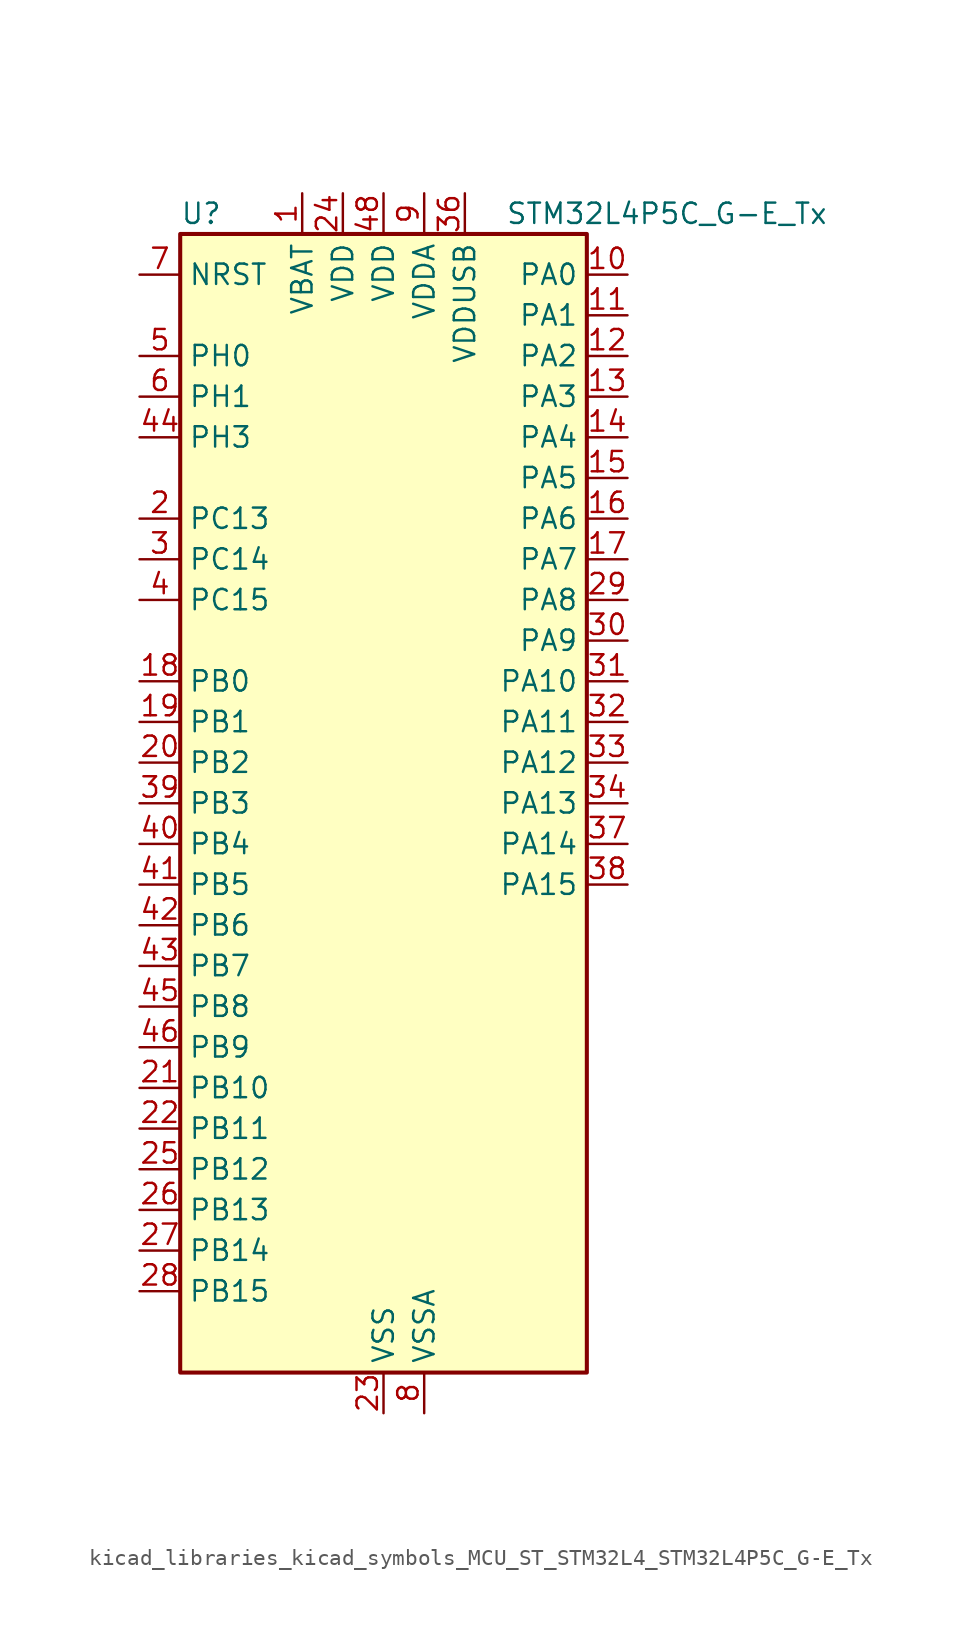
<source format=kicad_sym>
(kicad_symbol_lib
  (version 20220914)
  (generator kicad_symbol_editor)
  (symbol "kicad_libraries_kicad_symbols_MCU_ST_STM32L4_STM32L4P5C_G-E_Tx"
    (property "Reference" "U"
      (at -12.7 36.83 0)
      (effects (font (size 1.27 1.27)) (justify left)))
    (property "Value" "STM32L4P5C_G-E_Tx"
      (at 7.62 36.83 0)
      (effects (font (size 1.27 1.27)) (justify left)))
    (property "ki_locked" ""
      (at 0 0 0)
      (effects (font (size 1.27 1.27))))
    (symbol "kicad_libraries_kicad_symbols_MCU_ST_STM32L4_STM32L4P5C_G-E_Tx_0_1"
      (rectangle (start -12.7 -35.56) (end 12.7 35.56) (stroke (width 0.254) (type default)) (fill (type background))))
    (symbol "kicad_libraries_kicad_symbols_MCU_ST_STM32L4_STM32L4P5C_G-E_Tx_1_1"
      (pin power_in line (at -5.08 38.1 270) (length 2.54) (name "VBAT" (effects (font (size 1.27 1.27)))) (number "1" (effects (font (size 1.27 1.27)))))
      (pin bidirectional line (at 15.24 33.02 180) (length 2.54) (name "PA0" (effects (font (size 1.27 1.27)))) (number "10" (effects (font (size 1.27 1.27)))) (alternate "ADC1_IN5" bidirectional line) (alternate "ADC2_IN5" bidirectional line) (alternate "OPAMP1_VINP" bidirectional line) (alternate "RTC_TAMP2" bidirectional line) (alternate "SAI1_EXTCLK" bidirectional line) (alternate "SYS_WKUP1" bidirectional line) (alternate "TIM2_CH1" bidirectional line) (alternate "TIM2_ETR" bidirectional line) (alternate "TIM5_CH1" bidirectional line) (alternate "TIM8_ETR" bidirectional line) (alternate "UART4_TX" bidirectional line) (alternate "USART2_CTS" bidirectional line) (alternate "USART2_NSS" bidirectional line))
      (pin bidirectional line (at 15.24 30.48 180) (length 2.54) (name "PA1" (effects (font (size 1.27 1.27)))) (number "11" (effects (font (size 1.27 1.27)))) (alternate "ADC1_IN6" bidirectional line) (alternate "ADC2_IN6" bidirectional line) (alternate "I2C1_SMBA" bidirectional line) (alternate "OCTOSPIM_P1_DQS" bidirectional line) (alternate "OPAMP1_VINM" bidirectional line) (alternate "SDMMC2_CMD" bidirectional line) (alternate "SPI1_SCK" bidirectional line) (alternate "TIM15_CH1N" bidirectional line) (alternate "TIM2_CH2" bidirectional line) (alternate "TIM5_CH2" bidirectional line) (alternate "UART4_RX" bidirectional line) (alternate "USART2_DE" bidirectional line) (alternate "USART2_RTS" bidirectional line))
      (pin bidirectional line (at 15.24 27.94 180) (length 2.54) (name "PA2" (effects (font (size 1.27 1.27)))) (number "12" (effects (font (size 1.27 1.27)))) (alternate "ADC1_IN7" bidirectional line) (alternate "ADC2_IN7" bidirectional line) (alternate "LPUART1_TX" bidirectional line) (alternate "OCTOSPIM_P1_NCS" bidirectional line) (alternate "RCC_LSCO" bidirectional line) (alternate "SAI2_EXTCLK" bidirectional line) (alternate "SYS_WKUP4" bidirectional line) (alternate "TIM15_CH1" bidirectional line) (alternate "TIM2_CH3" bidirectional line) (alternate "TIM5_CH3" bidirectional line) (alternate "USART2_TX" bidirectional line))
      (pin bidirectional line (at 15.24 25.4 180) (length 2.54) (name "PA3" (effects (font (size 1.27 1.27)))) (number "13" (effects (font (size 1.27 1.27)))) (alternate "ADC1_IN8" bidirectional line) (alternate "ADC2_IN8" bidirectional line) (alternate "LPUART1_RX" bidirectional line) (alternate "OCTOSPIM_P1_CLK" bidirectional line) (alternate "OPAMP1_VOUT" bidirectional line) (alternate "SAI1_CK1" bidirectional line) (alternate "SAI1_MCLK_A" bidirectional line) (alternate "TIM15_CH2" bidirectional line) (alternate "TIM2_CH4" bidirectional line) (alternate "TIM5_CH4" bidirectional line) (alternate "USART2_RX" bidirectional line))
      (pin bidirectional line (at 15.24 22.86 180) (length 2.54) (name "PA4" (effects (font (size 1.27 1.27)))) (number "14" (effects (font (size 1.27 1.27)))) (alternate "ADC1_IN9" bidirectional line) (alternate "ADC2_IN9" bidirectional line) (alternate "DAC1_OUT1" bidirectional line) (alternate "LPTIM2_OUT" bidirectional line) (alternate "LTDC_CLK" bidirectional line) (alternate "OCTOSPIM_P1_NCS" bidirectional line) (alternate "SAI1_FS_B" bidirectional line) (alternate "SPI1_NSS" bidirectional line) (alternate "SPI3_NSS" bidirectional line) (alternate "USART2_CK" bidirectional line))
      (pin bidirectional line (at 15.24 20.32 180) (length 2.54) (name "PA5" (effects (font (size 1.27 1.27)))) (number "15" (effects (font (size 1.27 1.27)))) (alternate "ADC1_IN10" bidirectional line) (alternate "ADC2_IN10" bidirectional line) (alternate "DAC1_OUT2" bidirectional line) (alternate "LPTIM2_ETR" bidirectional line) (alternate "LTDC_R7" bidirectional line) (alternate "SPI1_SCK" bidirectional line) (alternate "TIM2_CH1" bidirectional line) (alternate "TIM2_ETR" bidirectional line) (alternate "TIM8_CH1N" bidirectional line))
      (pin bidirectional line (at 15.24 17.78 180) (length 2.54) (name "PA6" (effects (font (size 1.27 1.27)))) (number "16" (effects (font (size 1.27 1.27)))) (alternate "ADC1_IN11" bidirectional line) (alternate "ADC2_IN11" bidirectional line) (alternate "LPUART1_CTS" bidirectional line) (alternate "OCTOSPIM_P1_IO3" bidirectional line) (alternate "OPAMP2_VINP" bidirectional line) (alternate "SPI1_MISO" bidirectional line) (alternate "TIM16_CH1" bidirectional line) (alternate "TIM1_BKIN" bidirectional line) (alternate "TIM3_CH1" bidirectional line) (alternate "TIM8_BKIN" bidirectional line) (alternate "USART3_CTS" bidirectional line) (alternate "USART3_NSS" bidirectional line))
      (pin bidirectional line (at 15.24 15.24 180) (length 2.54) (name "PA7" (effects (font (size 1.27 1.27)))) (number "17" (effects (font (size 1.27 1.27)))) (alternate "ADC1_IN12" bidirectional line) (alternate "ADC2_IN12" bidirectional line) (alternate "I2C3_SCL" bidirectional line) (alternate "OCTOSPIM_P1_IO2" bidirectional line) (alternate "OPAMP2_VINM" bidirectional line) (alternate "SPI1_MOSI" bidirectional line) (alternate "TIM17_CH1" bidirectional line) (alternate "TIM1_CH1N" bidirectional line) (alternate "TIM3_CH2" bidirectional line) (alternate "TIM8_CH1N" bidirectional line))
      (pin bidirectional line (at -15.24 7.62 0) (length 2.54) (name "PB0" (effects (font (size 1.27 1.27)))) (number "18" (effects (font (size 1.27 1.27)))) (alternate "ADC1_IN15" bidirectional line) (alternate "ADC2_IN15" bidirectional line) (alternate "COMP1_OUT" bidirectional line) (alternate "LTDC_B6" bidirectional line) (alternate "OCTOSPIM_P1_IO1" bidirectional line) (alternate "OPAMP2_VOUT" bidirectional line) (alternate "SAI1_EXTCLK" bidirectional line) (alternate "SPI1_NSS" bidirectional line) (alternate "TIM1_CH2N" bidirectional line) (alternate "TIM3_CH3" bidirectional line) (alternate "TIM8_CH2N" bidirectional line) (alternate "USART3_CK" bidirectional line))
      (pin bidirectional line (at -15.24 5.08 0) (length 2.54) (name "PB1" (effects (font (size 1.27 1.27)))) (number "19" (effects (font (size 1.27 1.27)))) (alternate "ADC1_IN16" bidirectional line) (alternate "ADC2_IN16" bidirectional line) (alternate "COMP1_INM" bidirectional line) (alternate "DFSDM1_DATIN0" bidirectional line) (alternate "LPTIM2_IN1" bidirectional line) (alternate "LPUART1_DE" bidirectional line) (alternate "LPUART1_RTS" bidirectional line) (alternate "LTDC_G6" bidirectional line) (alternate "OCTOSPIM_P1_IO0" bidirectional line) (alternate "TIM1_CH3N" bidirectional line) (alternate "TIM3_CH4" bidirectional line) (alternate "TIM8_CH3N" bidirectional line) (alternate "USART3_DE" bidirectional line) (alternate "USART3_RTS" bidirectional line))
      (pin bidirectional line (at -15.24 17.78 0) (length 2.54) (name "PC13" (effects (font (size 1.27 1.27)))) (number "2" (effects (font (size 1.27 1.27)))) (alternate "RTC_OUT1" bidirectional line) (alternate "RTC_TAMP1" bidirectional line) (alternate "RTC_TS" bidirectional line) (alternate "SYS_WKUP2" bidirectional line))
      (pin bidirectional line (at -15.24 2.54 0) (length 2.54) (name "PB2" (effects (font (size 1.27 1.27)))) (number "20" (effects (font (size 1.27 1.27)))) (alternate "COMP1_INP" bidirectional line) (alternate "DFSDM1_CKIN0" bidirectional line) (alternate "I2C3_SMBA" bidirectional line) (alternate "LPTIM1_OUT" bidirectional line) (alternate "OCTOSPIM_P1_DQS" bidirectional line) (alternate "RTC_OUT2" bidirectional line))
      (pin bidirectional line (at -15.24 -17.78 0) (length 2.54) (name "PB10" (effects (font (size 1.27 1.27)))) (number "21" (effects (font (size 1.27 1.27)))) (alternate "COMP1_OUT" bidirectional line) (alternate "I2C2_SCL" bidirectional line) (alternate "I2C4_SCL" bidirectional line) (alternate "LPUART1_RX" bidirectional line) (alternate "OCTOSPIM_P1_CLK" bidirectional line) (alternate "OCTOSPIM_P1_IO3" bidirectional line) (alternate "SAI1_SCK_A" bidirectional line) (alternate "SPI2_SCK" bidirectional line) (alternate "TIM2_CH3" bidirectional line) (alternate "TSC_SYNC" bidirectional line) (alternate "USART3_TX" bidirectional line))
      (pin bidirectional line (at -15.24 -20.32 0) (length 2.54) (name "PB11" (effects (font (size 1.27 1.27)))) (number "22" (effects (font (size 1.27 1.27)))) (alternate "ADC1_EXTI11" bidirectional line) (alternate "ADC2_EXTI11" bidirectional line) (alternate "COMP2_OUT" bidirectional line) (alternate "I2C2_SDA" bidirectional line) (alternate "I2C4_SDA" bidirectional line) (alternate "LPUART1_TX" bidirectional line) (alternate "LTDC_VSYNC" bidirectional line) (alternate "OCTOSPIM_P1_NCS" bidirectional line) (alternate "TIM2_CH4" bidirectional line) (alternate "USART3_RX" bidirectional line))
      (pin power_in line (at 0 -38.1 90) (length 2.54) (name "VSS" (effects (font (size 1.27 1.27)))) (number "23" (effects (font (size 1.27 1.27)))))
      (pin power_in line (at -2.54 38.1 270) (length 2.54) (name "VDD" (effects (font (size 1.27 1.27)))) (number "24" (effects (font (size 1.27 1.27)))))
      (pin bidirectional line (at -15.24 -22.86 0) (length 2.54) (name "PB12" (effects (font (size 1.27 1.27)))) (number "25" (effects (font (size 1.27 1.27)))) (alternate "DFSDM1_DATIN1" bidirectional line) (alternate "I2C2_SMBA" bidirectional line) (alternate "LPUART1_DE" bidirectional line) (alternate "LPUART1_RTS" bidirectional line) (alternate "OCTOSPIM_P1_NCLK" bidirectional line) (alternate "SAI2_FS_A" bidirectional line) (alternate "SDMMC2_CK" bidirectional line) (alternate "SPI2_NSS" bidirectional line) (alternate "TIM15_BKIN" bidirectional line) (alternate "TIM1_BKIN" bidirectional line) (alternate "TSC_G1_IO1" bidirectional line) (alternate "USART3_CK" bidirectional line))
      (pin bidirectional line (at -15.24 -25.4 0) (length 2.54) (name "PB13" (effects (font (size 1.27 1.27)))) (number "26" (effects (font (size 1.27 1.27)))) (alternate "DFSDM1_CKIN1" bidirectional line) (alternate "I2C2_SCL" bidirectional line) (alternate "LPUART1_CTS" bidirectional line) (alternate "OCTOSPIM_P1_IO1" bidirectional line) (alternate "SAI2_SCK_A" bidirectional line) (alternate "SPI2_SCK" bidirectional line) (alternate "TIM15_CH1N" bidirectional line) (alternate "TIM1_CH1N" bidirectional line) (alternate "TSC_G1_IO2" bidirectional line) (alternate "USART3_CTS" bidirectional line) (alternate "USART3_NSS" bidirectional line))
      (pin bidirectional line (at -15.24 -27.94 0) (length 2.54) (name "PB14" (effects (font (size 1.27 1.27)))) (number "27" (effects (font (size 1.27 1.27)))) (alternate "DFSDM1_DATIN2" bidirectional line) (alternate "I2C2_SDA" bidirectional line) (alternate "OCTOSPIM_P1_IO6" bidirectional line) (alternate "SAI2_MCLK_A" bidirectional line) (alternate "SDMMC2_D0" bidirectional line) (alternate "SPI2_MISO" bidirectional line) (alternate "TIM15_CH1" bidirectional line) (alternate "TIM1_CH2N" bidirectional line) (alternate "TIM8_CH2N" bidirectional line) (alternate "TSC_G1_IO3" bidirectional line) (alternate "USART3_DE" bidirectional line) (alternate "USART3_RTS" bidirectional line))
      (pin bidirectional line (at -15.24 -30.48 0) (length 2.54) (name "PB15" (effects (font (size 1.27 1.27)))) (number "28" (effects (font (size 1.27 1.27)))) (alternate "ADC1_EXTI15" bidirectional line) (alternate "ADC2_EXTI15" bidirectional line) (alternate "DFSDM1_CKIN2" bidirectional line) (alternate "OCTOSPIM_P1_IO7" bidirectional line) (alternate "RTC_REFIN" bidirectional line) (alternate "SAI2_SD_A" bidirectional line) (alternate "SDMMC2_D1" bidirectional line) (alternate "SPI2_MOSI" bidirectional line) (alternate "TIM15_CH2" bidirectional line) (alternate "TIM1_CH3N" bidirectional line) (alternate "TIM8_CH3N" bidirectional line) (alternate "TSC_G1_IO4" bidirectional line))
      (pin bidirectional line (at 15.24 12.7 180) (length 2.54) (name "PA8" (effects (font (size 1.27 1.27)))) (number "29" (effects (font (size 1.27 1.27)))) (alternate "LPTIM2_OUT" bidirectional line) (alternate "LTDC_B7" bidirectional line) (alternate "RCC_MCO" bidirectional line) (alternate "SAI1_CK2" bidirectional line) (alternate "SAI1_SCK_A" bidirectional line) (alternate "TIM1_CH1" bidirectional line) (alternate "USART1_CK" bidirectional line) (alternate "USB_OTG_FS_SOF" bidirectional line))
      (pin bidirectional line (at -15.24 15.24 0) (length 2.54) (name "PC14" (effects (font (size 1.27 1.27)))) (number "3" (effects (font (size 1.27 1.27)))) (alternate "RCC_OSC32_IN" bidirectional line))
      (pin bidirectional line (at 15.24 10.16 180) (length 2.54) (name "PA9" (effects (font (size 1.27 1.27)))) (number "30" (effects (font (size 1.27 1.27)))) (alternate "DAC1_EXTI9" bidirectional line) (alternate "LTDC_G7" bidirectional line) (alternate "SAI1_FS_A" bidirectional line) (alternate "SPI2_SCK" bidirectional line) (alternate "TIM15_BKIN" bidirectional line) (alternate "TIM1_CH2" bidirectional line) (alternate "USART1_TX" bidirectional line) (alternate "USB_OTG_FS_VBUS" bidirectional line))
      (pin bidirectional line (at 15.24 7.62 180) (length 2.54) (name "PA10" (effects (font (size 1.27 1.27)))) (number "31" (effects (font (size 1.27 1.27)))) (alternate "LTDC_G6" bidirectional line) (alternate "SAI1_D1" bidirectional line) (alternate "SAI1_SD_A" bidirectional line) (alternate "TIM17_BKIN" bidirectional line) (alternate "TIM1_CH3" bidirectional line) (alternate "USART1_RX" bidirectional line) (alternate "USB_OTG_FS_ID" bidirectional line))
      (pin bidirectional line (at 15.24 5.08 180) (length 2.54) (name "PA11" (effects (font (size 1.27 1.27)))) (number "32" (effects (font (size 1.27 1.27)))) (alternate "ADC1_EXTI11" bidirectional line) (alternate "ADC2_EXTI11" bidirectional line) (alternate "CAN1_RX" bidirectional line) (alternate "LTDC_DE" bidirectional line) (alternate "SPI1_MISO" bidirectional line) (alternate "TIM1_BKIN2" bidirectional line) (alternate "TIM1_CH4" bidirectional line) (alternate "USART1_CTS" bidirectional line) (alternate "USART1_NSS" bidirectional line) (alternate "USB_OTG_FS_DM" bidirectional line))
      (pin bidirectional line (at 15.24 2.54 180) (length 2.54) (name "PA12" (effects (font (size 1.27 1.27)))) (number "33" (effects (font (size 1.27 1.27)))) (alternate "CAN1_TX" bidirectional line) (alternate "LTDC_VSYNC" bidirectional line) (alternate "OCTOSPIM_P2_NCS" bidirectional line) (alternate "SPI1_MOSI" bidirectional line) (alternate "TIM1_ETR" bidirectional line) (alternate "USART1_DE" bidirectional line) (alternate "USART1_RTS" bidirectional line) (alternate "USB_OTG_FS_DP" bidirectional line))
      (pin bidirectional line (at 15.24 0 180) (length 2.54) (name "PA13" (effects (font (size 1.27 1.27)))) (number "34" (effects (font (size 1.27 1.27)))) (alternate "IR_OUT" bidirectional line) (alternate "SAI1_SD_B" bidirectional line) (alternate "SYS_JTMS-SWDIO" bidirectional line) (alternate "USB_OTG_FS_NOE" bidirectional line))
      (pin passive line (at 0 -38.1 90) (length 2.54) hide (name "VSS" (effects (font (size 1.27 1.27)))) (number "35" (effects (font (size 1.27 1.27)))))
      (pin power_in line (at 5.08 38.1 270) (length 2.54) (name "VDDUSB" (effects (font (size 1.27 1.27)))) (number "36" (effects (font (size 1.27 1.27)))))
      (pin bidirectional line (at 15.24 -2.54 180) (length 2.54) (name "PA14" (effects (font (size 1.27 1.27)))) (number "37" (effects (font (size 1.27 1.27)))) (alternate "I2C1_SMBA" bidirectional line) (alternate "I2C4_SMBA" bidirectional line) (alternate "LPTIM1_OUT" bidirectional line) (alternate "SAI1_FS_B" bidirectional line) (alternate "SYS_JTCK-SWCLK" bidirectional line) (alternate "USB_OTG_FS_SOF" bidirectional line))
      (pin bidirectional line (at 15.24 -5.08 180) (length 2.54) (name "PA15" (effects (font (size 1.27 1.27)))) (number "38" (effects (font (size 1.27 1.27)))) (alternate "ADC1_EXTI15" bidirectional line) (alternate "ADC2_EXTI15" bidirectional line) (alternate "LTDC_HSYNC" bidirectional line) (alternate "SAI2_FS_B" bidirectional line) (alternate "SPI1_NSS" bidirectional line) (alternate "SPI3_NSS" bidirectional line) (alternate "SYS_JTDI" bidirectional line) (alternate "TIM2_CH1" bidirectional line) (alternate "TIM2_ETR" bidirectional line) (alternate "TSC_G3_IO1" bidirectional line) (alternate "UART4_DE" bidirectional line) (alternate "UART4_RTS" bidirectional line) (alternate "USART2_RX" bidirectional line) (alternate "USART3_DE" bidirectional line) (alternate "USART3_RTS" bidirectional line))
      (pin bidirectional line (at -15.24 0 0) (length 2.54) (name "PB3" (effects (font (size 1.27 1.27)))) (number "39" (effects (font (size 1.27 1.27)))) (alternate "COMP2_INM" bidirectional line) (alternate "CRS_SYNC" bidirectional line) (alternate "OCTOSPIM_P1_IO4" bidirectional line) (alternate "SAI1_SCK_B" bidirectional line) (alternate "SDMMC2_D2" bidirectional line) (alternate "SPI1_SCK" bidirectional line) (alternate "SPI3_SCK" bidirectional line) (alternate "SYS_JTDO-SWO" bidirectional line) (alternate "TIM2_CH2" bidirectional line) (alternate "USART1_DE" bidirectional line) (alternate "USART1_RTS" bidirectional line))
      (pin bidirectional line (at -15.24 12.7 0) (length 2.54) (name "PC15" (effects (font (size 1.27 1.27)))) (number "4" (effects (font (size 1.27 1.27)))) (alternate "ADC1_EXTI15" bidirectional line) (alternate "ADC2_EXTI15" bidirectional line) (alternate "RCC_OSC32_OUT" bidirectional line))
      (pin bidirectional line (at -15.24 -2.54 0) (length 2.54) (name "PB4" (effects (font (size 1.27 1.27)))) (number "40" (effects (font (size 1.27 1.27)))) (alternate "COMP2_INP" bidirectional line) (alternate "I2C3_SDA" bidirectional line) (alternate "OCTOSPIM_P1_IO5" bidirectional line) (alternate "SAI1_MCLK_B" bidirectional line) (alternate "SDMMC2_D3" bidirectional line) (alternate "SPI1_MISO" bidirectional line) (alternate "SPI3_MISO" bidirectional line) (alternate "SYS_JTRST" bidirectional line) (alternate "TIM17_BKIN" bidirectional line) (alternate "TIM3_CH1" bidirectional line) (alternate "TSC_G2_IO1" bidirectional line) (alternate "USART1_CTS" bidirectional line) (alternate "USART1_NSS" bidirectional line))
      (pin bidirectional line (at -15.24 -5.08 0) (length 2.54) (name "PB5" (effects (font (size 1.27 1.27)))) (number "41" (effects (font (size 1.27 1.27)))) (alternate "COMP2_OUT" bidirectional line) (alternate "I2C1_SMBA" bidirectional line) (alternate "LPTIM1_IN1" bidirectional line) (alternate "OCTOSPIM_P1_IO0" bidirectional line) (alternate "SAI1_SD_B" bidirectional line) (alternate "SPI1_MOSI" bidirectional line) (alternate "SPI3_MOSI" bidirectional line) (alternate "TIM16_BKIN" bidirectional line) (alternate "TIM3_CH2" bidirectional line) (alternate "TSC_G2_IO2" bidirectional line) (alternate "USART1_CK" bidirectional line))
      (pin bidirectional line (at -15.24 -7.62 0) (length 2.54) (name "PB6" (effects (font (size 1.27 1.27)))) (number "42" (effects (font (size 1.27 1.27)))) (alternate "COMP2_INP" bidirectional line) (alternate "I2C1_SCL" bidirectional line) (alternate "I2C4_SCL" bidirectional line) (alternate "LPTIM1_ETR" bidirectional line) (alternate "LTDC_R6" bidirectional line) (alternate "SAI1_FS_B" bidirectional line) (alternate "TIM16_CH1N" bidirectional line) (alternate "TIM4_CH1" bidirectional line) (alternate "TIM8_BKIN2" bidirectional line) (alternate "TSC_G2_IO3" bidirectional line) (alternate "USART1_TX" bidirectional line))
      (pin bidirectional line (at -15.24 -10.16 0) (length 2.54) (name "PB7" (effects (font (size 1.27 1.27)))) (number "43" (effects (font (size 1.27 1.27)))) (alternate "COMP2_INM" bidirectional line) (alternate "I2C1_SDA" bidirectional line) (alternate "I2C4_SDA" bidirectional line) (alternate "LPTIM1_IN2" bidirectional line) (alternate "LTDC_VSYNC" bidirectional line) (alternate "SYS_PVD_IN" bidirectional line) (alternate "TIM17_CH1N" bidirectional line) (alternate "TIM4_CH2" bidirectional line) (alternate "TIM8_BKIN" bidirectional line) (alternate "TSC_G2_IO4" bidirectional line) (alternate "UART4_CTS" bidirectional line) (alternate "USART1_RX" bidirectional line))
      (pin bidirectional line (at -15.24 22.86 0) (length 2.54) (name "PH3" (effects (font (size 1.27 1.27)))) (number "44" (effects (font (size 1.27 1.27)))))
      (pin bidirectional line (at -15.24 -12.7 0) (length 2.54) (name "PB8" (effects (font (size 1.27 1.27)))) (number "45" (effects (font (size 1.27 1.27)))) (alternate "CAN1_RX" bidirectional line) (alternate "DFSDM1_CKOUT" bidirectional line) (alternate "I2C1_SCL" bidirectional line) (alternate "LTDC_DE" bidirectional line) (alternate "SAI1_CK1" bidirectional line) (alternate "SAI1_MCLK_A" bidirectional line) (alternate "SDMMC2_D4" bidirectional line) (alternate "TIM16_CH1" bidirectional line) (alternate "TIM4_CH3" bidirectional line))
      (pin bidirectional line (at -15.24 -15.24 0) (length 2.54) (name "PB9" (effects (font (size 1.27 1.27)))) (number "46" (effects (font (size 1.27 1.27)))) (alternate "CAN1_TX" bidirectional line) (alternate "DAC1_EXTI9" bidirectional line) (alternate "I2C1_SDA" bidirectional line) (alternate "IR_OUT" bidirectional line) (alternate "SAI1_D2" bidirectional line) (alternate "SAI1_FS_A" bidirectional line) (alternate "SDMMC2_D5" bidirectional line) (alternate "SPI2_NSS" bidirectional line) (alternate "TIM17_CH1" bidirectional line) (alternate "TIM4_CH4" bidirectional line))
      (pin passive line (at 0 -38.1 90) (length 2.54) hide (name "VSS" (effects (font (size 1.27 1.27)))) (number "47" (effects (font (size 1.27 1.27)))))
      (pin power_in line (at 0 38.1 270) (length 2.54) (name "VDD" (effects (font (size 1.27 1.27)))) (number "48" (effects (font (size 1.27 1.27)))))
      (pin bidirectional line (at -15.24 27.94 0) (length 2.54) (name "PH0" (effects (font (size 1.27 1.27)))) (number "5" (effects (font (size 1.27 1.27)))) (alternate "RCC_OSC_IN" bidirectional line))
      (pin bidirectional line (at -15.24 25.4 0) (length 2.54) (name "PH1" (effects (font (size 1.27 1.27)))) (number "6" (effects (font (size 1.27 1.27)))) (alternate "RCC_OSC_OUT" bidirectional line))
      (pin input line (at -15.24 33.02 0) (length 2.54) (name "NRST" (effects (font (size 1.27 1.27)))) (number "7" (effects (font (size 1.27 1.27)))))
      (pin power_in line (at 2.54 -38.1 90) (length 2.54) (name "VSSA" (effects (font (size 1.27 1.27)))) (number "8" (effects (font (size 1.27 1.27)))))
      (pin power_in line (at 2.54 38.1 270) (length 2.54) (name "VDDA" (effects (font (size 1.27 1.27)))) (number "9" (effects (font (size 1.27 1.27))))))))
</source>
